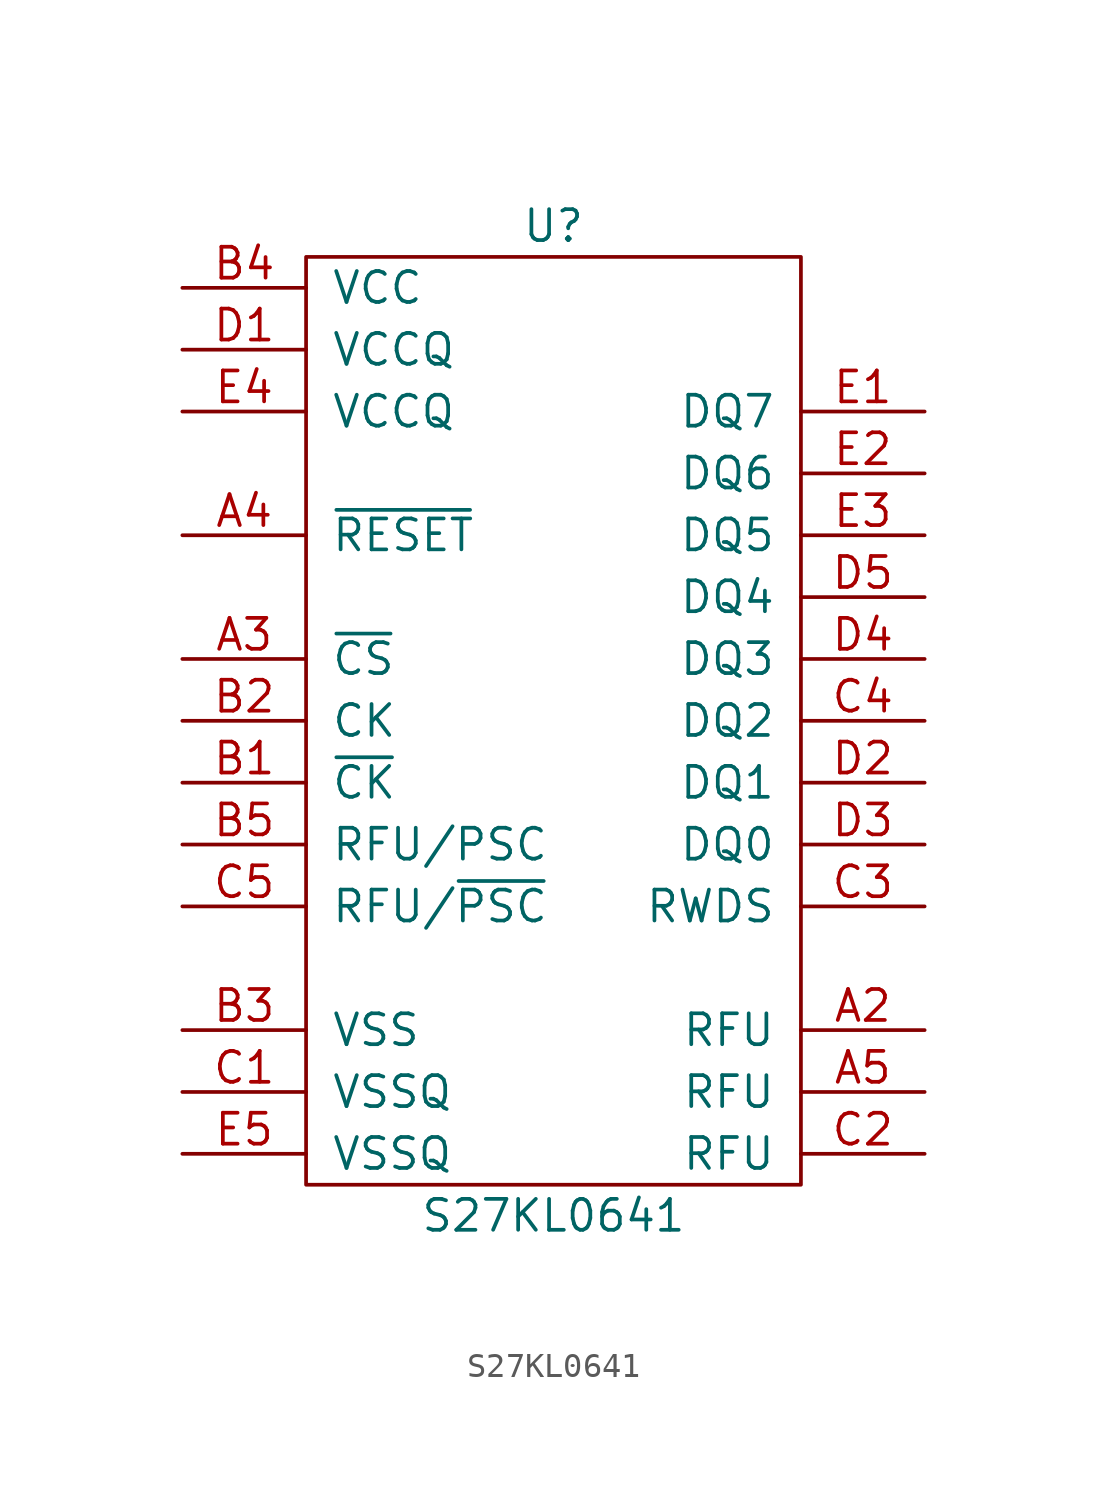
<source format=kicad_sym>
(kicad_symbol_lib
  (version 20211014)
  (generator kicad_symbol_editor)
  (symbol "S27KL0641"
    (pin_names
      (offset 1.016))
    (property "Reference" "U"
      (at 0 20.32 0)
      (effects (font (size 1.27 1.27))))
    (property "Value" "S27KL0641"
      (at 0 -20.32 0)
      (effects (font (size 1.27 1.27))))
    (symbol "S27KL0641_0_1"
      (rectangle (start -10.16 19.05) (end 10.16 -19.05) (stroke (width 0) (type default) (color 0 0 0 0)) (fill (type none))))
    (symbol "S27KL0641_1_1"
      (pin passive line (at 15.24 -12.7 180) (length 5.08) (name "RFU" (effects (font (size 1.27 1.27)))) (number "A2" (effects (font (size 1.27 1.27)))))
      (pin input line (at -15.24 2.54 0) (length 5.08) (name "~{CS}" (effects (font (size 1.27 1.27)))) (number "A3" (effects (font (size 1.27 1.27)))))
      (pin input line (at -15.24 7.62 0) (length 5.08) (name "~{RESET}" (effects (font (size 1.27 1.27)))) (number "A4" (effects (font (size 1.27 1.27)))))
      (pin passive line (at 15.24 -15.24 180) (length 5.08) (name "RFU" (effects (font (size 1.27 1.27)))) (number "A5" (effects (font (size 1.27 1.27)))))
      (pin input line (at -15.24 -2.54 0) (length 5.08) (name "~{CK}" (effects (font (size 1.27 1.27)))) (number "B1" (effects (font (size 1.27 1.27)))))
      (pin input line (at -15.24 0 0) (length 5.08) (name "CK" (effects (font (size 1.27 1.27)))) (number "B2" (effects (font (size 1.27 1.27)))))
      (pin power_in line (at -15.24 -12.7 0) (length 5.08) (name "VSS" (effects (font (size 1.27 1.27)))) (number "B3" (effects (font (size 1.27 1.27)))))
      (pin power_in line (at -15.24 17.78 0) (length 5.08) (name "VCC" (effects (font (size 1.27 1.27)))) (number "B4" (effects (font (size 1.27 1.27)))))
      (pin input line (at -15.24 -5.08 0) (length 5.08) (name "RFU/PSC" (effects (font (size 1.27 1.27)))) (number "B5" (effects (font (size 1.27 1.27)))))
      (pin power_in line (at -15.24 -15.24 0) (length 5.08) (name "VSSQ" (effects (font (size 1.27 1.27)))) (number "C1" (effects (font (size 1.27 1.27)))))
      (pin passive line (at 15.24 -17.78 180) (length 5.08) (name "RFU" (effects (font (size 1.27 1.27)))) (number "C2" (effects (font (size 1.27 1.27)))))
      (pin bidirectional line (at 15.24 -7.62 180) (length 5.08) (name "RWDS" (effects (font (size 1.27 1.27)))) (number "C3" (effects (font (size 1.27 1.27)))))
      (pin bidirectional line (at 15.24 0 180) (length 5.08) (name "DQ2" (effects (font (size 1.27 1.27)))) (number "C4" (effects (font (size 1.27 1.27)))))
      (pin input line (at -15.24 -7.62 0) (length 5.08) (name "RFU/~{PSC}" (effects (font (size 1.27 1.27)))) (number "C5" (effects (font (size 1.27 1.27)))))
      (pin power_in line (at -15.24 15.24 0) (length 5.08) (name "VCCQ" (effects (font (size 1.27 1.27)))) (number "D1" (effects (font (size 1.27 1.27)))))
      (pin bidirectional line (at 15.24 -2.54 180) (length 5.08) (name "DQ1" (effects (font (size 1.27 1.27)))) (number "D2" (effects (font (size 1.27 1.27)))))
      (pin bidirectional line (at 15.24 -5.08 180) (length 5.08) (name "DQ0" (effects (font (size 1.27 1.27)))) (number "D3" (effects (font (size 1.27 1.27)))))
      (pin bidirectional line (at 15.24 2.54 180) (length 5.08) (name "DQ3" (effects (font (size 1.27 1.27)))) (number "D4" (effects (font (size 1.27 1.27)))))
      (pin bidirectional line (at 15.24 5.08 180) (length 5.08) (name "DQ4" (effects (font (size 1.27 1.27)))) (number "D5" (effects (font (size 1.27 1.27)))))
      (pin bidirectional line (at 15.24 12.7 180) (length 5.08) (name "DQ7" (effects (font (size 1.27 1.27)))) (number "E1" (effects (font (size 1.27 1.27)))))
      (pin bidirectional line (at 15.24 10.16 180) (length 5.08) (name "DQ6" (effects (font (size 1.27 1.27)))) (number "E2" (effects (font (size 1.27 1.27)))))
      (pin bidirectional line (at 15.24 7.62 180) (length 5.08) (name "DQ5" (effects (font (size 1.27 1.27)))) (number "E3" (effects (font (size 1.27 1.27)))))
      (pin power_in line (at -15.24 12.7 0) (length 5.08) (name "VCCQ" (effects (font (size 1.27 1.27)))) (number "E4" (effects (font (size 1.27 1.27)))))
      (pin power_in line (at -15.24 -17.78 0) (length 5.08) (name "VSSQ" (effects (font (size 1.27 1.27)))) (number "E5" (effects (font (size 1.27 1.27))))))))
</source>
